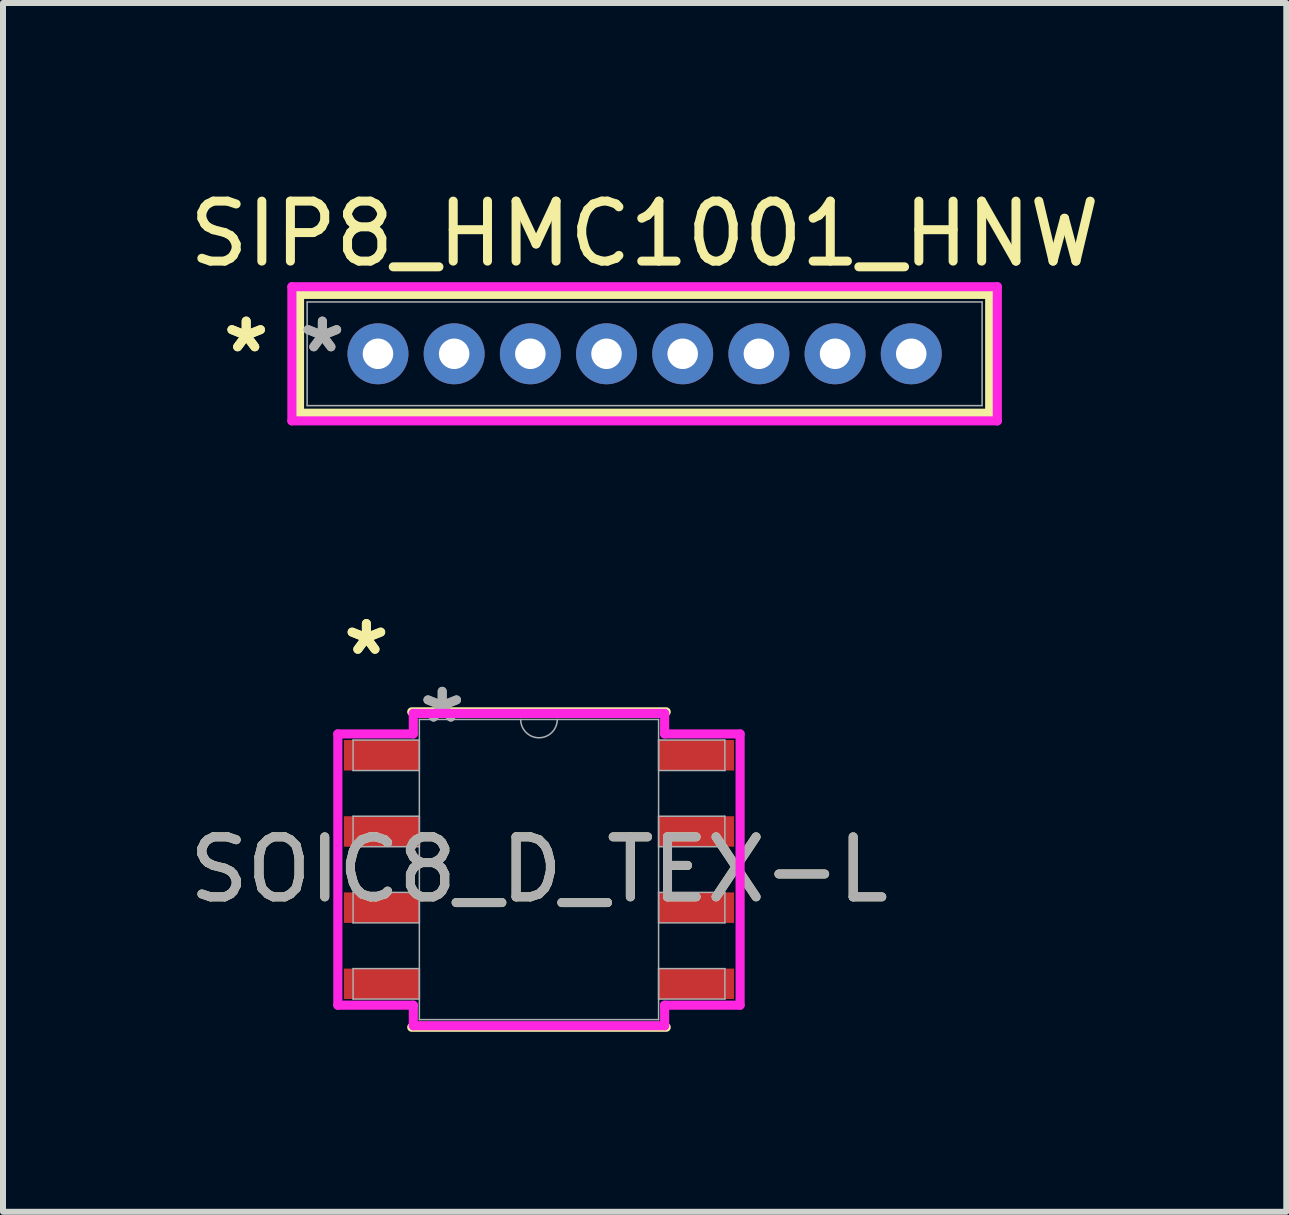
<source format=kicad_pcb>
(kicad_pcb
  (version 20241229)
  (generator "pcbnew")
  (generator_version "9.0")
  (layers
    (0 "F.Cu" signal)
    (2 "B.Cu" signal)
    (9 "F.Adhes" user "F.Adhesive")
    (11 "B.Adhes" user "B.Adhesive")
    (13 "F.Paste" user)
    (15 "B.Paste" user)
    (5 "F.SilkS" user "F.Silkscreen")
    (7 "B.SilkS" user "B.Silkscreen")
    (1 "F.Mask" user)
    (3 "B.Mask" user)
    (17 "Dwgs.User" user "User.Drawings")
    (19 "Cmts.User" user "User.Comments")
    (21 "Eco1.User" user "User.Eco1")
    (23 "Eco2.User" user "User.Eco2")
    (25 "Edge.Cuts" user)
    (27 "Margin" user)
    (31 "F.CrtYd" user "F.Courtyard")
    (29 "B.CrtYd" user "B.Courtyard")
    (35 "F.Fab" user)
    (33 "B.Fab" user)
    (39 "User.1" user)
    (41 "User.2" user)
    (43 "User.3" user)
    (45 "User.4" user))
  (footprint "SOIC8_D_TEX-L"
    (layer "F.Cu")
    (at 5.935 11.446)
    (property "Reference" "SOIC8_D_TEX-L" (at 0 0 0) (unlocked yes) (layer "F.SilkS") (effects (font (size 1 1) (thickness 0.15))))
    (attr smd)
    (fp_line (start -2.121 2.629) (end 2.121 2.629) (stroke (width 0.152) (type solid)) (layer "F.SilkS"))
    (fp_line (start 2.121 -2.629) (end -2.121 -2.629) (stroke (width 0.152) (type solid)) (layer "F.SilkS"))
    (fp_line (start -3.353 -2.261) (end -2.095 -2.261) (stroke (width 0.152) (type solid)) (layer "F.CrtYd"))
    (fp_line (start -3.353 2.261) (end -3.353 -2.261) (stroke (width 0.152) (type solid)) (layer "F.CrtYd"))
    (fp_line (start -3.353 2.261) (end -2.095 2.261) (stroke (width 0.152) (type solid)) (layer "F.CrtYd"))
    (fp_line (start -2.095 -2.603) (end 2.095 -2.603) (stroke (width 0.152) (type solid)) (layer "F.CrtYd"))
    (fp_line (start -2.095 -2.261) (end -2.095 -2.603) (stroke (width 0.152) (type solid)) (layer "F.CrtYd"))
    (fp_line (start -2.095 2.603) (end -2.095 2.261) (stroke (width 0.152) (type solid)) (layer "F.CrtYd"))
    (fp_line (start 2.095 -2.603) (end 2.095 -2.261) (stroke (width 0.152) (type solid)) (layer "F.CrtYd"))
    (fp_line (start 2.095 2.261) (end 2.095 2.603) (stroke (width 0.152) (type solid)) (layer "F.CrtYd"))
    (fp_line (start 2.095 2.603) (end -2.095 2.603) (stroke (width 0.152) (type solid)) (layer "F.CrtYd"))
    (fp_line (start 3.353 -2.261) (end 2.095 -2.261) (stroke (width 0.152) (type solid)) (layer "F.CrtYd"))
    (fp_line (start 3.353 -2.261) (end 3.353 2.261) (stroke (width 0.152) (type solid)) (layer "F.CrtYd"))
    (fp_line (start 3.353 2.261) (end 2.095 2.261) (stroke (width 0.152) (type solid)) (layer "F.CrtYd"))
    (fp_line (start -3.099 -2.159) (end -3.099 -1.651) (stroke (width 0.025) (type solid)) (layer "F.Fab"))
    (fp_line (start -3.099 -1.651) (end -1.994 -1.651) (stroke (width 0.025) (type solid)) (layer "F.Fab"))
    (fp_line (start -3.099 -0.889) (end -3.099 -0.381) (stroke (width 0.025) (type solid)) (layer "F.Fab"))
    (fp_line (start -3.099 -0.381) (end -1.994 -0.381) (stroke (width 0.025) (type solid)) (layer "F.Fab"))
    (fp_line (start -3.099 0.381) (end -3.099 0.889) (stroke (width 0.025) (type solid)) (layer "F.Fab"))
    (fp_line (start -3.099 0.889) (end -1.994 0.889) (stroke (width 0.025) (type solid)) (layer "F.Fab"))
    (fp_line (start -3.099 1.651) (end -3.099 2.159) (stroke (width 0.025) (type solid)) (layer "F.Fab"))
    (fp_line (start -3.099 2.159) (end -1.994 2.159) (stroke (width 0.025) (type solid)) (layer "F.Fab"))
    (fp_line (start -1.994 -2.502) (end -1.994 2.502) (stroke (width 0.025) (type solid)) (layer "F.Fab"))
    (fp_line (start -1.994 -2.159) (end -3.099 -2.159) (stroke (width 0.025) (type solid)) (layer "F.Fab"))
    (fp_line (start -1.994 -1.651) (end -1.994 -2.159) (stroke (width 0.025) (type solid)) (layer "F.Fab"))
    (fp_line (start -1.994 -0.889) (end -3.099 -0.889) (stroke (width 0.025) (type solid)) (layer "F.Fab"))
    (fp_line (start -1.994 -0.381) (end -1.994 -0.889) (stroke (width 0.025) (type solid)) (layer "F.Fab"))
    (fp_line (start -1.994 0.381) (end -3.099 0.381) (stroke (width 0.025) (type solid)) (layer "F.Fab"))
    (fp_line (start -1.994 0.889) (end -1.994 0.381) (stroke (width 0.025) (type solid)) (layer "F.Fab"))
    (fp_line (start -1.994 1.651) (end -3.099 1.651) (stroke (width 0.025) (type solid)) (layer "F.Fab"))
    (fp_line (start -1.994 2.159) (end -1.994 1.651) (stroke (width 0.025) (type solid)) (layer "F.Fab"))
    (fp_line (start -1.994 2.502) (end 1.994 2.502) (stroke (width 0.025) (type solid)) (layer "F.Fab"))
    (fp_line (start 1.994 -2.502) (end -1.994 -2.502) (stroke (width 0.025) (type solid)) (layer "F.Fab"))
    (fp_line (start 1.994 -2.159) (end 1.994 -1.651) (stroke (width 0.025) (type solid)) (layer "F.Fab"))
    (fp_line (start 1.994 -1.651) (end 3.099 -1.651) (stroke (width 0.025) (type solid)) (layer "F.Fab"))
    (fp_line (start 1.994 -0.889) (end 1.994 -0.381) (stroke (width 0.025) (type solid)) (layer "F.Fab"))
    (fp_line (start 1.994 -0.381) (end 3.099 -0.381) (stroke (width 0.025) (type solid)) (layer "F.Fab"))
    (fp_line (start 1.994 0.381) (end 1.994 0.889) (stroke (width 0.025) (type solid)) (layer "F.Fab"))
    (fp_line (start 1.994 0.889) (end 3.099 0.889) (stroke (width 0.025) (type solid)) (layer "F.Fab"))
    (fp_line (start 1.994 1.651) (end 1.994 2.159) (stroke (width 0.025) (type solid)) (layer "F.Fab"))
    (fp_line (start 1.994 2.159) (end 3.099 2.159) (stroke (width 0.025) (type solid)) (layer "F.Fab"))
    (fp_line (start 1.994 2.502) (end 1.994 -2.502) (stroke (width 0.025) (type solid)) (layer "F.Fab"))
    (fp_line (start 3.099 -2.159) (end 1.994 -2.159) (stroke (width 0.025) (type solid)) (layer "F.Fab"))
    (fp_line (start 3.099 -1.651) (end 3.099 -2.159) (stroke (width 0.025) (type solid)) (layer "F.Fab"))
    (fp_line (start 3.099 -0.889) (end 1.994 -0.889) (stroke (width 0.025) (type solid)) (layer "F.Fab"))
    (fp_line (start 3.099 -0.381) (end 3.099 -0.889) (stroke (width 0.025) (type solid)) (layer "F.Fab"))
    (fp_line (start 3.099 0.381) (end 1.994 0.381) (stroke (width 0.025) (type solid)) (layer "F.Fab"))
    (fp_line (start 3.099 0.889) (end 3.099 0.381) (stroke (width 0.025) (type solid)) (layer "F.Fab"))
    (fp_line (start 3.099 1.651) (end 1.994 1.651) (stroke (width 0.025) (type solid)) (layer "F.Fab"))
    (fp_line (start 3.099 2.159) (end 3.099 1.651) (stroke (width 0.025) (type solid)) (layer "F.Fab"))
    (fp_arc (start 0.3048 -2.5019) (mid 0 -2.1971) (end -0.3048 -2.5019) (stroke (width 0.0254) (type solid)) (layer "F.Fab"))
    (fp_text user "*" (at -2.877 -3.556 0) (unlocked yes) (layer "F.SilkS") (effects (font (size 1 1) (thickness 0.15))))
    (fp_text user "*" (at -2.877 -3.556 0) (layer "F.SilkS") (effects (font (size 1 1) (thickness 0.15))))
    (fp_text user "*" (at -1.613 -2.426 0) (layer "F.Fab") (effects (font (size 1 1) (thickness 0.15))))
    (fp_text user "${REFERENCE}" (at 0 0 0) (unlocked yes) (layer "F.Fab") (effects (font (size 1 1) (thickness 0.15))))
    (fp_text user "*" (at -1.613 -2.426 0) (unlocked yes) (layer "F.Fab") (effects (font (size 1 1) (thickness 0.15))))
    (pad "1" smd rect (at -2.623 -1.905) (size 1.257 0.508) (layers "F.Cu" "F.Mask" "F.Paste"))
    (pad "2" smd rect (at -2.623 -0.635) (size 1.257 0.508) (layers "F.Cu" "F.Mask" "F.Paste"))
    (pad "3" smd rect (at -2.623 0.635) (size 1.257 0.508) (layers "F.Cu" "F.Mask" "F.Paste"))
    (pad "4" smd rect (at -2.623 1.905) (size 1.257 0.508) (layers "F.Cu" "F.Mask" "F.Paste"))
    (pad "5" smd rect (at 2.623 1.905) (size 1.257 0.508) (layers "F.Cu" "F.Mask" "F.Paste"))
    (pad "6" smd rect (at 2.623 0.635) (size 1.257 0.508) (layers "F.Cu" "F.Mask" "F.Paste"))
    (pad "7" smd rect (at 2.623 -0.635) (size 1.257 0.508) (layers "F.Cu" "F.Mask" "F.Paste"))
    (pad "8" smd rect (at 2.623 -1.905) (size 1.257 0.508) (layers "F.Cu" "F.Mask" "F.Paste")))
  (footprint "SIP8_HMC1001_HNW"
    (layer "F.Cu")
    (at 3.251 2.848)
    (property "Reference" "SIP8_HMC1001_HNW" (at 4.445 -2 0) (unlocked yes) (layer "F.SilkS") (effects (font (size 1 1) (thickness 0.15))))
    (attr through_hole)
    (fp_line (start -1.308 -0.991) (end -1.308 0.991) (stroke (width 0.152) (type solid)) (layer "F.SilkS"))
    (fp_line (start -1.308 0.991) (end 10.198 0.991) (stroke (width 0.152) (type solid)) (layer "F.SilkS"))
    (fp_line (start 10.198 -0.991) (end -1.308 -0.991) (stroke (width 0.152) (type solid)) (layer "F.SilkS"))
    (fp_line (start 10.198 0.991) (end 10.198 -0.991) (stroke (width 0.152) (type solid)) (layer "F.SilkS"))
    (fp_line (start -1.435 -1.118) (end 10.325 -1.118) (stroke (width 0.152) (type solid)) (layer "F.CrtYd"))
    (fp_line (start -1.435 1.118) (end -1.435 -1.118) (stroke (width 0.152) (type solid)) (layer "F.CrtYd"))
    (fp_line (start 10.325 -1.118) (end 10.325 1.118) (stroke (width 0.152) (type solid)) (layer "F.CrtYd"))
    (fp_line (start 10.325 1.118) (end -1.435 1.118) (stroke (width 0.152) (type solid)) (layer "F.CrtYd"))
    (fp_line (start -1.181 -0.864) (end -1.181 0.864) (stroke (width 0.025) (type solid)) (layer "F.Fab"))
    (fp_line (start -1.181 0.864) (end 10.071 0.864) (stroke (width 0.025) (type solid)) (layer "F.Fab"))
    (fp_line (start 10.071 -0.864) (end -1.181 -0.864) (stroke (width 0.025) (type solid)) (layer "F.Fab"))
    (fp_line (start 10.071 0.864) (end 10.071 -0.864) (stroke (width 0.025) (type solid)) (layer "F.Fab"))
    (fp_text user "*" (at -2.197 0 0) (layer "F.SilkS") (effects (font (size 1 1) (thickness 0.15))))
    (fp_text user "*" (at -2.197 0 0) (unlocked yes) (layer "F.SilkS") (effects (font (size 1 1) (thickness 0.15))))
    (fp_text user "*" (at -0.927 0 0) (layer "F.Fab") (effects (font (size 1 1) (thickness 0.15))))
    (fp_text user "*" (at -0.927 0 0) (unlocked yes) (layer "F.Fab") (effects (font (size 1 1) (thickness 0.15))))
    (pad "1" thru_hole circle (at 0 0) (size 1.016 1.016) (drill 0.508) (layers "*.Cu" "*.Mask"))
    (pad "2" thru_hole circle (at 1.27 0) (size 1.016 1.016) (drill 0.508) (layers "*.Cu" "*.Mask"))
    (pad "3" thru_hole circle (at 2.54 0) (size 1.016 1.016) (drill 0.508) (layers "*.Cu" "*.Mask"))
    (pad "4" thru_hole circle (at 3.81 0) (size 1.016 1.016) (drill 0.508) (layers "*.Cu" "*.Mask"))
    (pad "5" thru_hole circle (at 5.08 0) (size 1.016 1.016) (drill 0.508) (layers "*.Cu" "*.Mask"))
    (pad "6" thru_hole circle (at 6.35 0) (size 1.016 1.016) (drill 0.508) (layers "*.Cu" "*.Mask"))
    (pad "7" thru_hole circle (at 7.62 0) (size 1.016 1.016) (drill 0.508) (layers "*.Cu" "*.Mask"))
    (pad "8" thru_hole circle (at 8.89 0) (size 1.016 1.016) (drill 0.508) (layers "*.Cu" "*.Mask")))
  (gr_rect
    (start -3 -3)
    (end 18.393 17.151)
    (stroke (width 0.1) (type default))
    (fill no)
    (layer "Edge.Cuts")))
</source>
